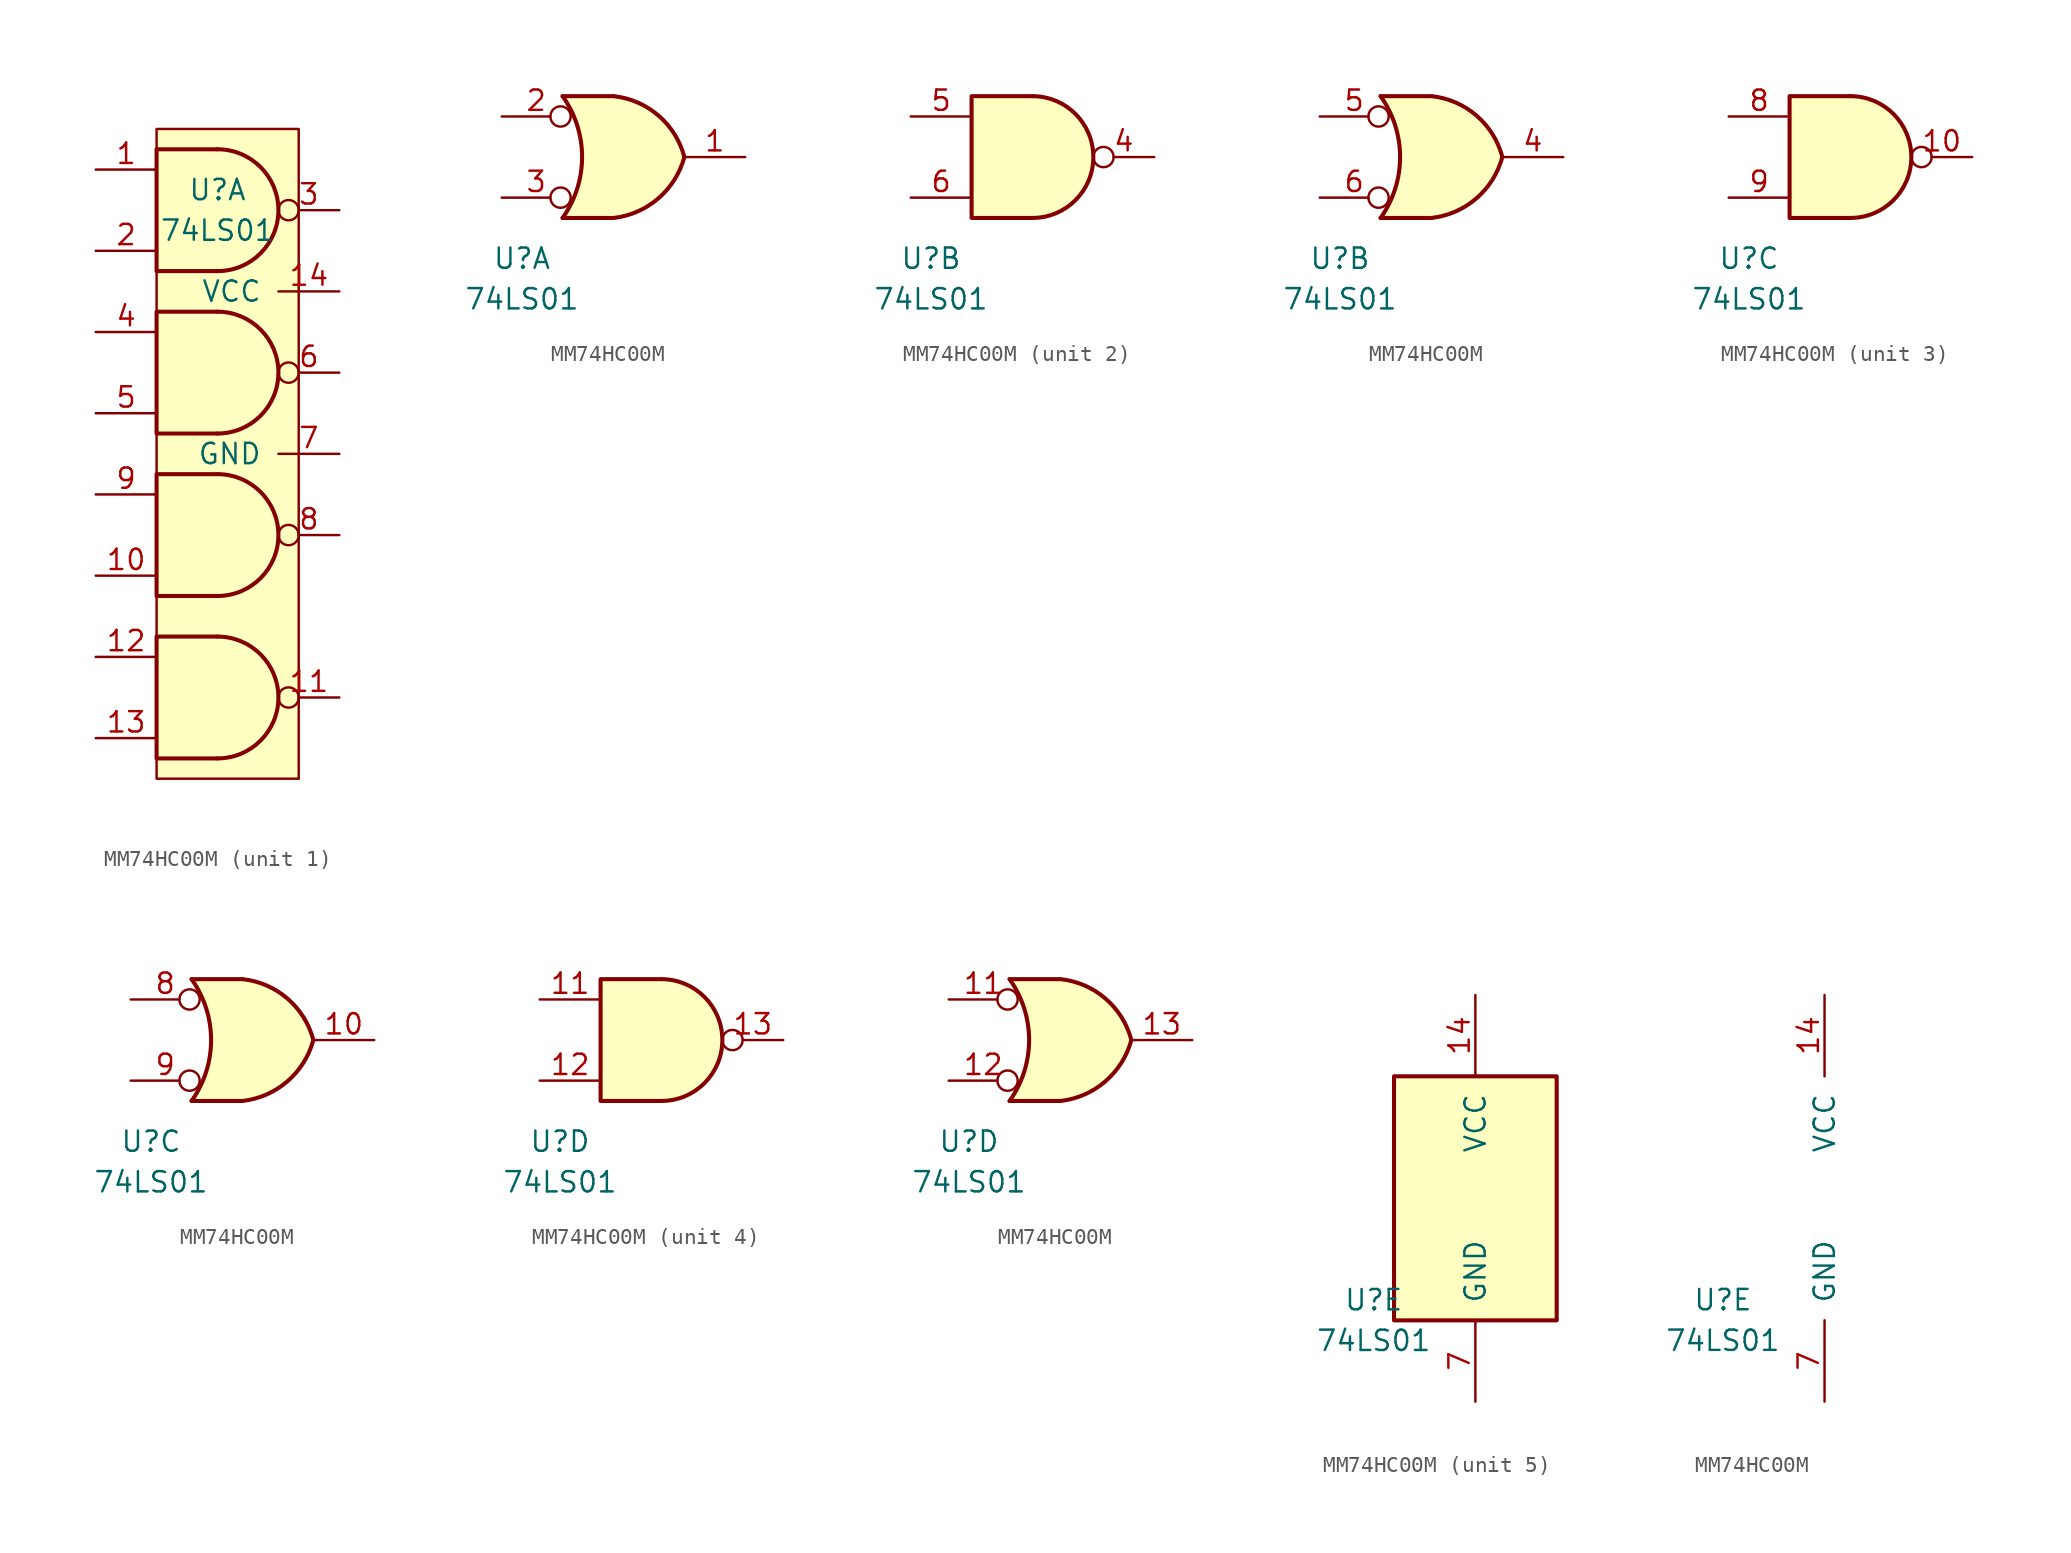
<source format=kicad_sym>
(kicad_symbol_lib
  (version 20220914)
  (generator kicad_symbol_editor)
  (symbol "MM74HC00M"
    (pin_names
      (offset 1.016))
    (property "Reference" "U"
      (at -6.35 -6.35 0)
      (effects (font (size 1.27 1.27))))
    (property "Value" "74LS01"
      (at -6.35 -8.89 0)
      (effects (font (size 1.27 1.27))))
    (property "ki_locked" ""
      (at 0 0 0)
      (effects (font (size 1.27 1.27))))
    (symbol "MM74HC00M_1_1"
      (arc (start -6.35 -41.91) (mid -2.5566 -38.1) (end -6.35 -34.29) (stroke (width 0.254) (type default)) (fill (type background)))
      (arc (start -6.35 -31.75) (mid -2.5566 -27.94) (end -6.35 -24.13) (stroke (width 0.254) (type default)) (fill (type background)))
      (arc (start -6.35 -21.59) (mid -2.5566 -17.78) (end -6.35 -13.97) (stroke (width 0.254) (type default)) (fill (type background)))
      (arc (start -6.35 -11.43) (mid -2.5566 -7.62) (end -6.35 -3.81) (stroke (width 0.254) (type default)) (fill (type background)))
      (polyline (pts (xy -6.35 -34.29) (xy -10.16 -34.29) (xy -10.16 -41.91) (xy -6.35 -41.91)) (stroke (width 0.254) (type default)) (fill (type background)))
      (polyline (pts (xy -6.35 -24.13) (xy -10.16 -24.13) (xy -10.16 -31.75) (xy -6.35 -31.75)) (stroke (width 0.254) (type default)) (fill (type background)))
      (polyline (pts (xy -6.35 -13.97) (xy -10.16 -13.97) (xy -10.16 -21.59) (xy -6.35 -21.59)) (stroke (width 0.254) (type default)) (fill (type background)))
      (polyline (pts (xy -6.35 -3.81) (xy -10.16 -3.81) (xy -10.16 -11.43) (xy -6.35 -11.43)) (stroke (width 0.254) (type default)) (fill (type background)))
      (polyline (pts (xy -10.16 -2.54) (xy -1.27 -2.54) (xy -1.27 -43.18) (xy -10.16 -43.18) (xy -10.16 -2.54)) (stroke (width 0) (type default)) (fill (type color) (color 255 255 194 1)))
      (pin input line (at -13.97 -5.08 0) (length 3.81) (name "~" (effects (font (size 1.27 1.27)))) (number "1" (effects (font (size 1.27 1.27)))))
      (pin input line (at -13.97 -30.48 0) (length 3.81) (name "~" (effects (font (size 1.27 1.27)))) (number "10" (effects (font (size 1.27 1.27)))))
      (pin output inverted (at 1.27 -38.1 180) (length 3.81) (name "~" (effects (font (size 1.27 1.27)))) (number "11" (effects (font (size 1.27 1.27)))))
      (pin input line (at -13.97 -35.56 0) (length 3.81) (name "~" (effects (font (size 1.27 1.27)))) (number "12" (effects (font (size 1.27 1.27)))))
      (pin input line (at -13.97 -40.64 0) (length 3.81) (name "~" (effects (font (size 1.27 1.27)))) (number "13" (effects (font (size 1.27 1.27)))))
      (pin input line (at 1.27 -12.7 180) (length 3.81) (name "VCC" (effects (font (size 1.27 1.27)))) (number "14" (effects (font (size 1.27 1.27)))))
      (pin input line (at -13.97 -10.16 0) (length 3.81) (name "~" (effects (font (size 1.27 1.27)))) (number "2" (effects (font (size 1.27 1.27)))))
      (pin output inverted (at 1.27 -7.62 180) (length 3.81) (name "~" (effects (font (size 1.27 1.27)))) (number "3" (effects (font (size 1.27 1.27)))))
      (pin input line (at -13.97 -15.24 0) (length 3.81) (name "~" (effects (font (size 1.27 1.27)))) (number "4" (effects (font (size 1.27 1.27)))))
      (pin input line (at -13.97 -20.32 0) (length 3.81) (name "~" (effects (font (size 1.27 1.27)))) (number "5" (effects (font (size 1.27 1.27)))))
      (pin output inverted (at 1.27 -17.78 180) (length 3.81) (name "~" (effects (font (size 1.27 1.27)))) (number "6" (effects (font (size 1.27 1.27)))))
      (pin input line (at 1.27 -22.86 180) (length 3.81) (name "GND" (effects (font (size 1.27 1.27)))) (number "7" (effects (font (size 1.27 1.27)))))
      (pin output inverted (at 1.27 -27.94 180) (length 3.81) (name "~" (effects (font (size 1.27 1.27)))) (number "8" (effects (font (size 1.27 1.27)))))
      (pin input line (at -13.97 -25.4 0) (length 3.81) (name "~" (effects (font (size 1.27 1.27)))) (number "9" (effects (font (size 1.27 1.27))))))
    (symbol "MM74HC00M_1_2"
      (arc (start -3.81 -3.81) (mid -2.589 0) (end -3.81 3.81) (stroke (width 0.254) (type default)) (fill (type none)))
      (arc (start -0.6096 -3.81) (mid 2.1842 -2.5851) (end 3.81 0) (stroke (width 0.254) (type default)) (fill (type background)))
      (polyline (pts (xy -3.81 -3.81) (xy -0.635 -3.81)) (stroke (width 0.254) (type default)) (fill (type background)))
      (polyline (pts (xy -3.81 3.81) (xy -0.635 3.81)) (stroke (width 0.254) (type default)) (fill (type background)))
      (polyline (pts (xy -0.635 3.81) (xy -3.81 3.81) (xy -3.81 3.81) (xy -3.556 3.404) (xy -3.023 2.261) (xy -2.692 1.041) (xy -2.616 -0.254) (xy -2.769 -1.499) (xy -3.175 -2.718) (xy -3.81 -3.81) (xy -3.81 -3.81) (xy -0.635 -3.81)) (stroke (width -25.4) (type default)) (fill (type background)))
      (arc (start 3.81 0) (mid 2.1915 2.5936) (end -0.6096 3.81) (stroke (width 0.254) (type default)) (fill (type background)))
      (pin open_collector line (at 7.62 0 180) (length 3.81) (name "~" (effects (font (size 1.27 1.27)))) (number "1" (effects (font (size 1.27 1.27)))))
      (pin input inverted (at -7.62 2.54 0) (length 4.318) (name "~" (effects (font (size 1.27 1.27)))) (number "2" (effects (font (size 1.27 1.27)))))
      (pin input inverted (at -7.62 -2.54 0) (length 4.318) (name "~" (effects (font (size 1.27 1.27)))) (number "3" (effects (font (size 1.27 1.27))))))
    (symbol "MM74HC00M_2_1"
      (arc (start 0 -3.81) (mid 3.7934 0) (end 0 3.81) (stroke (width 0.254) (type default)) (fill (type background)))
      (polyline (pts (xy 0 3.81) (xy -3.81 3.81) (xy -3.81 -3.81) (xy 0 -3.81)) (stroke (width 0.254) (type default)) (fill (type background)))
      (pin open_collector inverted (at 7.62 0 180) (length 3.81) (name "~" (effects (font (size 1.27 1.27)))) (number "4" (effects (font (size 1.27 1.27)))))
      (pin input line (at -7.62 2.54 0) (length 3.81) (name "~" (effects (font (size 1.27 1.27)))) (number "5" (effects (font (size 1.27 1.27)))))
      (pin input line (at -7.62 -2.54 0) (length 3.81) (name "~" (effects (font (size 1.27 1.27)))) (number "6" (effects (font (size 1.27 1.27))))))
    (symbol "MM74HC00M_2_2"
      (arc (start -3.81 -3.81) (mid -2.589 0) (end -3.81 3.81) (stroke (width 0.254) (type default)) (fill (type none)))
      (arc (start -0.6096 -3.81) (mid 2.1842 -2.5851) (end 3.81 0) (stroke (width 0.254) (type default)) (fill (type background)))
      (polyline (pts (xy -3.81 -3.81) (xy -0.635 -3.81)) (stroke (width 0.254) (type default)) (fill (type background)))
      (polyline (pts (xy -3.81 3.81) (xy -0.635 3.81)) (stroke (width 0.254) (type default)) (fill (type background)))
      (polyline (pts (xy -0.635 3.81) (xy -3.81 3.81) (xy -3.81 3.81) (xy -3.556 3.404) (xy -3.023 2.261) (xy -2.692 1.041) (xy -2.616 -0.254) (xy -2.769 -1.499) (xy -3.175 -2.718) (xy -3.81 -3.81) (xy -3.81 -3.81) (xy -0.635 -3.81)) (stroke (width -25.4) (type default)) (fill (type background)))
      (arc (start 3.81 0) (mid 2.1915 2.5936) (end -0.6096 3.81) (stroke (width 0.254) (type default)) (fill (type background)))
      (pin open_collector line (at 7.62 0 180) (length 3.81) (name "~" (effects (font (size 1.27 1.27)))) (number "4" (effects (font (size 1.27 1.27)))))
      (pin input inverted (at -7.62 2.54 0) (length 4.318) (name "~" (effects (font (size 1.27 1.27)))) (number "5" (effects (font (size 1.27 1.27)))))
      (pin input inverted (at -7.62 -2.54 0) (length 4.318) (name "~" (effects (font (size 1.27 1.27)))) (number "6" (effects (font (size 1.27 1.27))))))
    (symbol "MM74HC00M_3_1"
      (arc (start 0 -3.81) (mid 3.7934 0) (end 0 3.81) (stroke (width 0.254) (type default)) (fill (type background)))
      (polyline (pts (xy 0 3.81) (xy -3.81 3.81) (xy -3.81 -3.81) (xy 0 -3.81)) (stroke (width 0.254) (type default)) (fill (type background)))
      (pin open_collector inverted (at 7.62 0 180) (length 3.81) (name "~" (effects (font (size 1.27 1.27)))) (number "10" (effects (font (size 1.27 1.27)))))
      (pin input line (at -7.62 2.54 0) (length 3.81) (name "~" (effects (font (size 1.27 1.27)))) (number "8" (effects (font (size 1.27 1.27)))))
      (pin input line (at -7.62 -2.54 0) (length 3.81) (name "~" (effects (font (size 1.27 1.27)))) (number "9" (effects (font (size 1.27 1.27))))))
    (symbol "MM74HC00M_3_2"
      (arc (start -3.81 -3.81) (mid -2.589 0) (end -3.81 3.81) (stroke (width 0.254) (type default)) (fill (type none)))
      (arc (start -0.6096 -3.81) (mid 2.1842 -2.5851) (end 3.81 0) (stroke (width 0.254) (type default)) (fill (type background)))
      (polyline (pts (xy -3.81 -3.81) (xy -0.635 -3.81)) (stroke (width 0.254) (type default)) (fill (type background)))
      (polyline (pts (xy -3.81 3.81) (xy -0.635 3.81)) (stroke (width 0.254) (type default)) (fill (type background)))
      (polyline (pts (xy -0.635 3.81) (xy -3.81 3.81) (xy -3.81 3.81) (xy -3.556 3.404) (xy -3.023 2.261) (xy -2.692 1.041) (xy -2.616 -0.254) (xy -2.769 -1.499) (xy -3.175 -2.718) (xy -3.81 -3.81) (xy -3.81 -3.81) (xy -0.635 -3.81)) (stroke (width -25.4) (type default)) (fill (type background)))
      (arc (start 3.81 0) (mid 2.1915 2.5936) (end -0.6096 3.81) (stroke (width 0.254) (type default)) (fill (type background)))
      (pin open_collector line (at 7.62 0 180) (length 3.81) (name "~" (effects (font (size 1.27 1.27)))) (number "10" (effects (font (size 1.27 1.27)))))
      (pin input inverted (at -7.62 2.54 0) (length 4.318) (name "~" (effects (font (size 1.27 1.27)))) (number "8" (effects (font (size 1.27 1.27)))))
      (pin input inverted (at -7.62 -2.54 0) (length 4.318) (name "~" (effects (font (size 1.27 1.27)))) (number "9" (effects (font (size 1.27 1.27))))))
    (symbol "MM74HC00M_4_1"
      (arc (start 0 -3.81) (mid 3.7934 0) (end 0 3.81) (stroke (width 0.254) (type default)) (fill (type background)))
      (polyline (pts (xy 0 3.81) (xy -3.81 3.81) (xy -3.81 -3.81) (xy 0 -3.81)) (stroke (width 0.254) (type default)) (fill (type background)))
      (pin input line (at -7.62 2.54 0) (length 3.81) (name "~" (effects (font (size 1.27 1.27)))) (number "11" (effects (font (size 1.27 1.27)))))
      (pin input line (at -7.62 -2.54 0) (length 3.81) (name "~" (effects (font (size 1.27 1.27)))) (number "12" (effects (font (size 1.27 1.27)))))
      (pin open_collector inverted (at 7.62 0 180) (length 3.81) (name "~" (effects (font (size 1.27 1.27)))) (number "13" (effects (font (size 1.27 1.27))))))
    (symbol "MM74HC00M_4_2"
      (arc (start -3.81 -3.81) (mid -2.589 0) (end -3.81 3.81) (stroke (width 0.254) (type default)) (fill (type none)))
      (arc (start -0.6096 -3.81) (mid 2.1842 -2.5851) (end 3.81 0) (stroke (width 0.254) (type default)) (fill (type background)))
      (polyline (pts (xy -3.81 -3.81) (xy -0.635 -3.81)) (stroke (width 0.254) (type default)) (fill (type background)))
      (polyline (pts (xy -3.81 3.81) (xy -0.635 3.81)) (stroke (width 0.254) (type default)) (fill (type background)))
      (polyline (pts (xy -0.635 3.81) (xy -3.81 3.81) (xy -3.81 3.81) (xy -3.556 3.404) (xy -3.023 2.261) (xy -2.692 1.041) (xy -2.616 -0.254) (xy -2.769 -1.499) (xy -3.175 -2.718) (xy -3.81 -3.81) (xy -3.81 -3.81) (xy -0.635 -3.81)) (stroke (width -25.4) (type default)) (fill (type background)))
      (arc (start 3.81 0) (mid 2.1915 2.5936) (end -0.6096 3.81) (stroke (width 0.254) (type default)) (fill (type background)))
      (pin input inverted (at -7.62 2.54 0) (length 4.318) (name "~" (effects (font (size 1.27 1.27)))) (number "11" (effects (font (size 1.27 1.27)))))
      (pin input inverted (at -7.62 -2.54 0) (length 4.318) (name "~" (effects (font (size 1.27 1.27)))) (number "12" (effects (font (size 1.27 1.27)))))
      (pin open_collector line (at 7.62 0 180) (length 3.81) (name "~" (effects (font (size 1.27 1.27)))) (number "13" (effects (font (size 1.27 1.27))))))
    (symbol "MM74HC00M_5_0"
      (pin power_in line (at 0 12.7 270) (length 5.08) (name "VCC" (effects (font (size 1.27 1.27)))) (number "14" (effects (font (size 1.27 1.27)))))
      (pin power_in line (at 0 -12.7 90) (length 5.08) (name "GND" (effects (font (size 1.27 1.27)))) (number "7" (effects (font (size 1.27 1.27))))))
    (symbol "MM74HC00M_5_1"
      (rectangle (start -5.08 7.62) (end 5.08 -7.62) (stroke (width 0.254) (type default)) (fill (type background))))))
</source>
